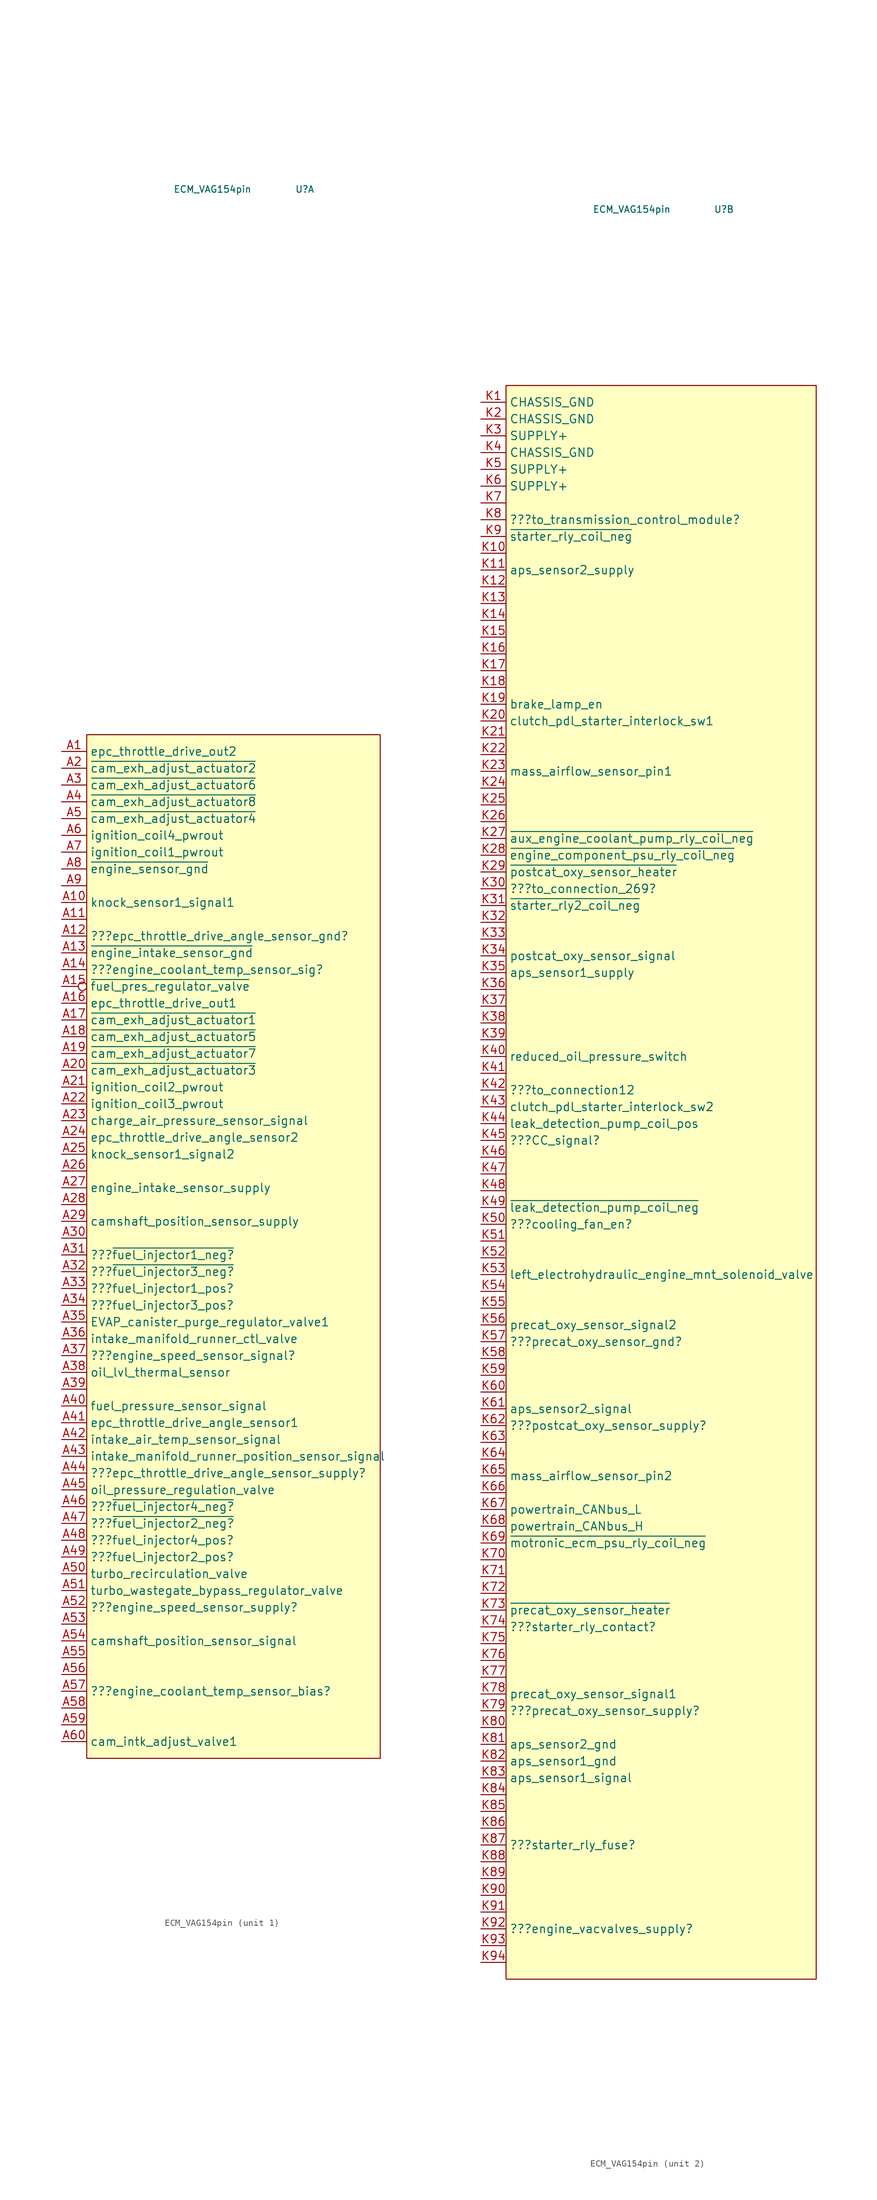
<source format=kicad_sym>
(kicad_symbol_lib
  (version 20231120)
  (generator "kicad_symbol_editor")
  (generator_version "8.0")
  (symbol "ECM_VAG154pin"
    (property "Reference" "U"
      (at 13.97 158.75 0)
      (effects (font (size 1 1))))
    (property "Value" "ECM_VAG154pin"
      (at 0 158.75 0)
      (effects (font (size 1 1))))
    (property "ki_locked" ""
      (at 0 0 0)
      (effects (font (size 1.27 1.27))))
    (symbol "ECM_VAG154pin_1_1"
      (rectangle (start -19.05 76.2) (end 25.4 -78.74) (stroke (width 0.152) (type default)) (fill (type background)))
      (pin power_out line (at -22.86 73.66 0) (length 3.81) (name "epc_throttle_drive_out2" (effects (font (size 1.27 1.27)))) (number "A1" (effects (font (size 1.27 1.27)))))
      (pin input line (at -22.86 50.8 0) (length 3.81) (name "knock_sensor1_signal1" (effects (font (size 1.27 1.27)))) (number "A10" (effects (font (size 1.27 1.27)))))
      (pin passive line (at -22.86 48.26 0) (length 3.81) (name "" (effects (font (size 1.27 1.27)))) (number "A11" (effects (font (size 1.27 1.27)))))
      (pin passive line (at -22.86 45.72 0) (length 3.81) (name "???epc_throttle_drive_angle_sensor_gnd?" (effects (font (size 1.27 1.27)))) (number "A12" (effects (font (size 1.27 1.27)))))
      (pin power_out line (at -22.86 43.18 0) (length 3.81) (name "~{engine_intake_sensor_gnd}" (effects (font (size 1.27 1.27)))) (number "A13" (effects (font (size 1.27 1.27)))))
      (pin input line (at -22.86 40.64 0) (length 3.81) (name "???engine_coolant_temp_sensor_sig?" (effects (font (size 1.27 1.27)))) (number "A14" (effects (font (size 1.27 1.27)))))
      (pin output inverted (at -22.86 38.1 0) (length 3.81) (name "~{fuel_pres_regulator_valve}" (effects (font (size 1.27 1.27)))) (number "A15" (effects (font (size 1.27 1.27)))))
      (pin power_out line (at -22.86 35.56 0) (length 3.81) (name "epc_throttle_drive_out1" (effects (font (size 1.27 1.27)))) (number "A16" (effects (font (size 1.27 1.27)))))
      (pin output line (at -22.86 33.02 0) (length 3.81) (name "~{cam_exh_adjust_actuator1}" (effects (font (size 1.27 1.27)))) (number "A17" (effects (font (size 1.27 1.27)))))
      (pin output line (at -22.86 30.48 0) (length 3.81) (name "~{cam_exh_adjust_actuator5}" (effects (font (size 1.27 1.27)))) (number "A18" (effects (font (size 1.27 1.27)))))
      (pin output line (at -22.86 27.94 0) (length 3.81) (name "~{cam_exh_adjust_actuator7}" (effects (font (size 1.27 1.27)))) (number "A19" (effects (font (size 1.27 1.27)))))
      (pin output line (at -22.86 71.12 0) (length 3.81) (name "~{cam_exh_adjust_actuator2}" (effects (font (size 1.27 1.27)))) (number "A2" (effects (font (size 1.27 1.27)))))
      (pin output line (at -22.86 25.4 0) (length 3.81) (name "~{cam_exh_adjust_actuator3}" (effects (font (size 1.27 1.27)))) (number "A20" (effects (font (size 1.27 1.27)))))
      (pin power_out line (at -22.86 22.86 0) (length 3.81) (name "ignition_coil2_pwrout" (effects (font (size 1.27 1.27)))) (number "A21" (effects (font (size 1.27 1.27)))))
      (pin power_out line (at -22.86 20.32 0) (length 3.81) (name "ignition_coil3_pwrout" (effects (font (size 1.27 1.27)))) (number "A22" (effects (font (size 1.27 1.27)))))
      (pin input line (at -22.86 17.78 0) (length 3.81) (name "charge_air_pressure_sensor_signal" (effects (font (size 1.27 1.27)))) (number "A23" (effects (font (size 1.27 1.27)))))
      (pin input line (at -22.86 15.24 0) (length 3.81) (name "epc_throttle_drive_angle_sensor2" (effects (font (size 1.27 1.27)))) (number "A24" (effects (font (size 1.27 1.27)))))
      (pin input line (at -22.86 12.7 0) (length 3.81) (name "knock_sensor1_signal2" (effects (font (size 1.27 1.27)))) (number "A25" (effects (font (size 1.27 1.27)))))
      (pin passive line (at -22.86 10.16 0) (length 3.81) (name "" (effects (font (size 1.27 1.27)))) (number "A26" (effects (font (size 1.27 1.27)))))
      (pin power_out line (at -22.86 7.62 0) (length 3.81) (name "engine_intake_sensor_supply" (effects (font (size 1.27 1.27)))) (number "A27" (effects (font (size 1.27 1.27)))))
      (pin passive line (at -22.86 5.08 0) (length 3.81) (name "" (effects (font (size 1.27 1.27)))) (number "A28" (effects (font (size 1.27 1.27)))))
      (pin input line (at -22.86 2.54 0) (length 3.81) (name "camshaft_position_sensor_supply" (effects (font (size 1.27 1.27)))) (number "A29" (effects (font (size 1.27 1.27)))))
      (pin output line (at -22.86 68.58 0) (length 3.81) (name "~{cam_exh_adjust_actuator6}" (effects (font (size 1.27 1.27)))) (number "A3" (effects (font (size 1.27 1.27)))))
      (pin passive line (at -22.86 0 0) (length 3.81) (name "" (effects (font (size 1.27 1.27)))) (number "A30" (effects (font (size 1.27 1.27)))))
      (pin output line (at -22.86 -2.54 0) (length 3.81) (name "???~{fuel_injector1_neg?}" (effects (font (size 1.27 1.27)))) (number "A31" (effects (font (size 1.27 1.27)))))
      (pin output line (at -22.86 -5.08 0) (length 3.81) (name "???~{fuel_injector3_neg?}" (effects (font (size 1.27 1.27)))) (number "A32" (effects (font (size 1.27 1.27)))))
      (pin output line (at -22.86 -7.62 0) (length 3.81) (name "???fuel_injector1_pos?" (effects (font (size 1.27 1.27)))) (number "A33" (effects (font (size 1.27 1.27)))))
      (pin output line (at -22.86 -10.16 0) (length 3.81) (name "???fuel_injector3_pos?" (effects (font (size 1.27 1.27)))) (number "A34" (effects (font (size 1.27 1.27)))))
      (pin output line (at -22.86 -12.7 0) (length 3.81) (name "EVAP_canister_purge_regulator_valve1" (effects (font (size 1.27 1.27)))) (number "A35" (effects (font (size 1.27 1.27)))))
      (pin output line (at -22.86 -15.24 0) (length 3.81) (name "intake_manifold_runner_ctl_valve" (effects (font (size 1.27 1.27)))) (number "A36" (effects (font (size 1.27 1.27)))))
      (pin input line (at -22.86 -17.78 0) (length 3.81) (name "???engine_speed_sensor_signal?" (effects (font (size 1.27 1.27)))) (number "A37" (effects (font (size 1.27 1.27)))))
      (pin input line (at -22.86 -20.32 0) (length 3.81) (name "oil_lvl_thermal_sensor" (effects (font (size 1.27 1.27)))) (number "A38" (effects (font (size 1.27 1.27)))))
      (pin passive line (at -22.86 -22.86 0) (length 3.81) (name "" (effects (font (size 1.27 1.27)))) (number "A39" (effects (font (size 1.27 1.27)))))
      (pin output line (at -22.86 66.04 0) (length 3.81) (name "~{cam_exh_adjust_actuator8}" (effects (font (size 1.27 1.27)))) (number "A4" (effects (font (size 1.27 1.27)))))
      (pin input line (at -22.86 -25.4 0) (length 3.81) (name "fuel_pressure_sensor_signal" (effects (font (size 1.27 1.27)))) (number "A40" (effects (font (size 1.27 1.27)))))
      (pin input line (at -22.86 -27.94 0) (length 3.81) (name "epc_throttle_drive_angle_sensor1" (effects (font (size 1.27 1.27)))) (number "A41" (effects (font (size 1.27 1.27)))))
      (pin input line (at -22.86 -30.48 0) (length 3.81) (name "intake_air_temp_sensor_signal" (effects (font (size 1.27 1.27)))) (number "A42" (effects (font (size 1.27 1.27)))))
      (pin input line (at -22.86 -33.02 0) (length 3.81) (name "intake_manifold_runner_position_sensor_signal" (effects (font (size 1.27 1.27)))) (number "A43" (effects (font (size 1.27 1.27)))))
      (pin passive line (at -22.86 -35.56 0) (length 3.81) (name "???epc_throttle_drive_angle_sensor_supply?" (effects (font (size 1.27 1.27)))) (number "A44" (effects (font (size 1.27 1.27)))))
      (pin input line (at -22.86 -38.1 0) (length 3.81) (name "oil_pressure_regulation_valve" (effects (font (size 1.27 1.27)))) (number "A45" (effects (font (size 1.27 1.27)))))
      (pin output line (at -22.86 -40.64 0) (length 3.81) (name "???~{fuel_injector4_neg?}" (effects (font (size 1.27 1.27)))) (number "A46" (effects (font (size 1.27 1.27)))))
      (pin output line (at -22.86 -43.18 0) (length 3.81) (name "???~{fuel_injector2_neg?}" (effects (font (size 1.27 1.27)))) (number "A47" (effects (font (size 1.27 1.27)))))
      (pin output line (at -22.86 -45.72 0) (length 3.81) (name "???fuel_injector4_pos?" (effects (font (size 1.27 1.27)))) (number "A48" (effects (font (size 1.27 1.27)))))
      (pin output line (at -22.86 -48.26 0) (length 3.81) (name "???fuel_injector2_pos?" (effects (font (size 1.27 1.27)))) (number "A49" (effects (font (size 1.27 1.27)))))
      (pin output line (at -22.86 63.5 0) (length 3.81) (name "~{cam_exh_adjust_actuator4}" (effects (font (size 1.27 1.27)))) (number "A5" (effects (font (size 1.27 1.27)))))
      (pin output line (at -22.86 -50.8 0) (length 3.81) (name "turbo_recirculation_valve" (effects (font (size 1.27 1.27)))) (number "A50" (effects (font (size 1.27 1.27)))))
      (pin output line (at -22.86 -53.34 0) (length 3.81) (name "turbo_wastegate_bypass_regulator_valve" (effects (font (size 1.27 1.27)))) (number "A51" (effects (font (size 1.27 1.27)))))
      (pin power_out line (at -22.86 -55.88 0) (length 3.81) (name "???engine_speed_sensor_supply?" (effects (font (size 1.27 1.27)))) (number "A52" (effects (font (size 1.27 1.27)))))
      (pin passive line (at -22.86 -58.42 0) (length 3.81) (name "" (effects (font (size 1.27 1.27)))) (number "A53" (effects (font (size 1.27 1.27)))))
      (pin input line (at -22.86 -60.96 0) (length 3.81) (name "camshaft_position_sensor_signal" (effects (font (size 1.27 1.27)))) (number "A54" (effects (font (size 1.27 1.27)))))
      (pin passive line (at -22.86 -63.5 0) (length 3.81) (name "" (effects (font (size 1.27 1.27)))) (number "A55" (effects (font (size 1.27 1.27)))))
      (pin passive line (at -22.86 -66.04 0) (length 3.81) (name "" (effects (font (size 1.27 1.27)))) (number "A56" (effects (font (size 1.27 1.27)))))
      (pin output line (at -22.86 -68.58 0) (length 3.81) (name "???engine_coolant_temp_sensor_bias?" (effects (font (size 1.27 1.27)))) (number "A57" (effects (font (size 1.27 1.27)))))
      (pin passive line (at -22.86 -71.12 0) (length 3.81) (name "" (effects (font (size 1.27 1.27)))) (number "A58" (effects (font (size 1.27 1.27)))))
      (pin passive line (at -22.86 -73.66 0) (length 3.81) (name "" (effects (font (size 1.27 1.27)))) (number "A59" (effects (font (size 1.27 1.27)))))
      (pin power_out line (at -22.86 60.96 0) (length 3.81) (name "ignition_coil4_pwrout" (effects (font (size 1.27 1.27)))) (number "A6" (effects (font (size 1.27 1.27)))))
      (pin output line (at -22.86 -76.2 0) (length 3.81) (name "cam_intk_adjust_valve1" (effects (font (size 1.27 1.27)))) (number "A60" (effects (font (size 1.27 1.27)))))
      (pin power_out line (at -22.86 58.42 0) (length 3.81) (name "ignition_coil1_pwrout" (effects (font (size 1.27 1.27)))) (number "A7" (effects (font (size 1.27 1.27)))))
      (pin power_out line (at -22.86 55.88 0) (length 3.81) (name "~{engine_sensor_gnd}" (effects (font (size 1.27 1.27)))) (number "A8" (effects (font (size 1.27 1.27)))))
      (pin passive line (at -22.86 53.34 0) (length 3.81) (name "" (effects (font (size 1.27 1.27)))) (number "A9" (effects (font (size 1.27 1.27))))))
    (symbol "ECM_VAG154pin_2_1"
      (rectangle (start -19.05 132.08) (end 27.94 -109.22) (stroke (width 0.152) (type default)) (fill (type background)))
      (pin power_in line (at -22.86 129.54 0) (length 3.81) (name "CHASSIS_GND" (effects (font (size 1.27 1.27)))) (number "K1" (effects (font (size 1.27 1.27)))))
      (pin passive line (at -22.86 106.68 0) (length 3.81) (name "" (effects (font (size 1.27 1.27)))) (number "K10" (effects (font (size 1.27 1.27)))))
      (pin power_out line (at -22.86 104.14 0) (length 3.81) (name "aps_sensor2_supply" (effects (font (size 1.27 1.27)))) (number "K11" (effects (font (size 1.27 1.27)))))
      (pin passive line (at -22.86 101.6 0) (length 3.81) (name "" (effects (font (size 1.27 1.27)))) (number "K12" (effects (font (size 1.27 1.27)))))
      (pin passive line (at -22.86 99.06 0) (length 3.81) (name "" (effects (font (size 1.27 1.27)))) (number "K13" (effects (font (size 1.27 1.27)))))
      (pin passive line (at -22.86 96.52 0) (length 3.81) (name "" (effects (font (size 1.27 1.27)))) (number "K14" (effects (font (size 1.27 1.27)))))
      (pin passive line (at -22.86 93.98 0) (length 3.81) (name "" (effects (font (size 1.27 1.27)))) (number "K15" (effects (font (size 1.27 1.27)))))
      (pin passive line (at -22.86 91.44 0) (length 3.81) (name "" (effects (font (size 1.27 1.27)))) (number "K16" (effects (font (size 1.27 1.27)))))
      (pin passive line (at -22.86 88.9 0) (length 3.81) (name "" (effects (font (size 1.27 1.27)))) (number "K17" (effects (font (size 1.27 1.27)))))
      (pin passive line (at -22.86 86.36 0) (length 3.81) (name "" (effects (font (size 1.27 1.27)))) (number "K18" (effects (font (size 1.27 1.27)))))
      (pin output line (at -22.86 83.82 0) (length 3.81) (name "brake_lamp_en" (effects (font (size 1.27 1.27)))) (number "K19" (effects (font (size 1.27 1.27)))))
      (pin passive line (at -22.86 127 0) (length 3.81) (name "CHASSIS_GND" (effects (font (size 1.27 1.27)))) (number "K2" (effects (font (size 1.27 1.27)))))
      (pin passive line (at -22.86 81.28 0) (length 3.81) (name "clutch_pdl_starter_interlock_sw1" (effects (font (size 1.27 1.27)))) (number "K20" (effects (font (size 1.27 1.27)))))
      (pin passive line (at -22.86 78.74 0) (length 3.81) (name "" (effects (font (size 1.27 1.27)))) (number "K21" (effects (font (size 1.27 1.27)))))
      (pin passive line (at -22.86 76.2 0) (length 3.81) (name "" (effects (font (size 1.27 1.27)))) (number "K22" (effects (font (size 1.27 1.27)))))
      (pin passive line (at -22.86 73.66 0) (length 3.81) (name "mass_airflow_sensor_pin1" (effects (font (size 1.27 1.27)))) (number "K23" (effects (font (size 1.27 1.27)))))
      (pin passive line (at -22.86 71.12 0) (length 3.81) (name "" (effects (font (size 1.27 1.27)))) (number "K24" (effects (font (size 1.27 1.27)))))
      (pin passive line (at -22.86 68.58 0) (length 3.81) (name "" (effects (font (size 1.27 1.27)))) (number "K25" (effects (font (size 1.27 1.27)))))
      (pin passive line (at -22.86 66.04 0) (length 3.81) (name "" (effects (font (size 1.27 1.27)))) (number "K26" (effects (font (size 1.27 1.27)))))
      (pin power_out line (at -22.86 63.5 0) (length 3.81) (name "~{aux_engine_coolant_pump_rly_coil_neg}" (effects (font (size 1.27 1.27)))) (number "K27" (effects (font (size 1.27 1.27)))))
      (pin power_out line (at -22.86 60.96 0) (length 3.81) (name "~{engine_component_psu_rly_coil_neg}" (effects (font (size 1.27 1.27)))) (number "K28" (effects (font (size 1.27 1.27)))))
      (pin power_out line (at -22.86 58.42 0) (length 3.81) (name "~{postcat_oxy_sensor_heater}" (effects (font (size 1.27 1.27)))) (number "K29" (effects (font (size 1.27 1.27)))))
      (pin power_in line (at -22.86 124.46 0) (length 3.81) (name "SUPPLY+" (effects (font (size 1.27 1.27)))) (number "K3" (effects (font (size 1.27 1.27)))))
      (pin passive line (at -22.86 55.88 0) (length 3.81) (name "???to_connection_269?" (effects (font (size 1.27 1.27)))) (number "K30" (effects (font (size 1.27 1.27)))))
      (pin power_out line (at -22.86 53.34 0) (length 3.81) (name "~{starter_rly2_coil_neg}" (effects (font (size 1.27 1.27)))) (number "K31" (effects (font (size 1.27 1.27)))))
      (pin passive line (at -22.86 50.8 0) (length 3.81) (name "" (effects (font (size 1.27 1.27)))) (number "K32" (effects (font (size 1.27 1.27)))))
      (pin passive line (at -22.86 48.26 0) (length 3.81) (name "" (effects (font (size 1.27 1.27)))) (number "K33" (effects (font (size 1.27 1.27)))))
      (pin input line (at -22.86 45.72 0) (length 3.81) (name "postcat_oxy_sensor_signal" (effects (font (size 1.27 1.27)))) (number "K34" (effects (font (size 1.27 1.27)))))
      (pin power_out line (at -22.86 43.18 0) (length 3.81) (name "aps_sensor1_supply" (effects (font (size 1.27 1.27)))) (number "K35" (effects (font (size 1.27 1.27)))))
      (pin passive line (at -22.86 40.64 0) (length 3.81) (name "" (effects (font (size 1.27 1.27)))) (number "K36" (effects (font (size 1.27 1.27)))))
      (pin passive line (at -22.86 38.1 0) (length 3.81) (name "" (effects (font (size 1.27 1.27)))) (number "K37" (effects (font (size 1.27 1.27)))))
      (pin passive line (at -22.86 35.56 0) (length 3.81) (name "" (effects (font (size 1.27 1.27)))) (number "K38" (effects (font (size 1.27 1.27)))))
      (pin passive line (at -22.86 33.02 0) (length 3.81) (name "" (effects (font (size 1.27 1.27)))) (number "K39" (effects (font (size 1.27 1.27)))))
      (pin passive line (at -22.86 121.92 0) (length 3.81) (name "CHASSIS_GND" (effects (font (size 1.27 1.27)))) (number "K4" (effects (font (size 1.27 1.27)))))
      (pin input line (at -22.86 30.48 0) (length 3.81) (name "reduced_oil_pressure_switch" (effects (font (size 1.27 1.27)))) (number "K40" (effects (font (size 1.27 1.27)))))
      (pin passive line (at -22.86 27.94 0) (length 3.81) (name "" (effects (font (size 1.27 1.27)))) (number "K41" (effects (font (size 1.27 1.27)))))
      (pin passive line (at -22.86 25.4 0) (length 3.81) (name "???to_connection12" (effects (font (size 1.27 1.27)))) (number "K42" (effects (font (size 1.27 1.27)))))
      (pin passive line (at -22.86 22.86 0) (length 3.81) (name "clutch_pdl_starter_interlock_sw2" (effects (font (size 1.27 1.27)))) (number "K43" (effects (font (size 1.27 1.27)))))
      (pin input line (at -22.86 20.32 0) (length 3.81) (name "leak_detection_pump_coil_pos" (effects (font (size 1.27 1.27)))) (number "K44" (effects (font (size 1.27 1.27)))))
      (pin passive line (at -22.86 17.78 0) (length 3.81) (name "???CC_signal?" (effects (font (size 1.27 1.27)))) (number "K45" (effects (font (size 1.27 1.27)))))
      (pin passive line (at -22.86 15.24 0) (length 3.81) (name "" (effects (font (size 1.27 1.27)))) (number "K46" (effects (font (size 1.27 1.27)))))
      (pin passive line (at -22.86 12.7 0) (length 3.81) (name "" (effects (font (size 1.27 1.27)))) (number "K47" (effects (font (size 1.27 1.27)))))
      (pin passive line (at -22.86 10.16 0) (length 3.81) (name "" (effects (font (size 1.27 1.27)))) (number "K48" (effects (font (size 1.27 1.27)))))
      (pin power_out line (at -22.86 7.62 0) (length 3.81) (name "~{leak_detection_pump_coil_neg}" (effects (font (size 1.27 1.27)))) (number "K49" (effects (font (size 1.27 1.27)))))
      (pin power_in line (at -22.86 119.38 0) (length 3.81) (name "SUPPLY+" (effects (font (size 1.27 1.27)))) (number "K5" (effects (font (size 1.27 1.27)))))
      (pin passive line (at -22.86 5.08 0) (length 3.81) (name "???cooling_fan_en?" (effects (font (size 1.27 1.27)))) (number "K50" (effects (font (size 1.27 1.27)))))
      (pin passive line (at -22.86 2.54 0) (length 3.81) (name "" (effects (font (size 1.27 1.27)))) (number "K51" (effects (font (size 1.27 1.27)))))
      (pin passive line (at -22.86 0 0) (length 3.81) (name "" (effects (font (size 1.27 1.27)))) (number "K52" (effects (font (size 1.27 1.27)))))
      (pin output line (at -22.86 -2.54 0) (length 3.81) (name "left_electrohydraulic_engine_mnt_solenoid_valve" (effects (font (size 1.27 1.27)))) (number "K53" (effects (font (size 1.27 1.27)))))
      (pin passive line (at -22.86 -5.08 0) (length 3.81) (name "" (effects (font (size 1.27 1.27)))) (number "K54" (effects (font (size 1.27 1.27)))))
      (pin passive line (at -22.86 -7.62 0) (length 3.81) (name "" (effects (font (size 1.27 1.27)))) (number "K55" (effects (font (size 1.27 1.27)))))
      (pin input line (at -22.86 -10.16 0) (length 3.81) (name "precat_oxy_sensor_signal2" (effects (font (size 1.27 1.27)))) (number "K56" (effects (font (size 1.27 1.27)))))
      (pin passive line (at -22.86 -12.7 0) (length 3.81) (name "???precat_oxy_sensor_gnd?" (effects (font (size 1.27 1.27)))) (number "K57" (effects (font (size 1.27 1.27)))))
      (pin passive line (at -22.86 -15.24 0) (length 3.81) (name "" (effects (font (size 1.27 1.27)))) (number "K58" (effects (font (size 1.27 1.27)))))
      (pin passive line (at -22.86 -17.78 0) (length 3.81) (name "" (effects (font (size 1.27 1.27)))) (number "K59" (effects (font (size 1.27 1.27)))))
      (pin power_in line (at -22.86 116.84 0) (length 3.81) (name "SUPPLY+" (effects (font (size 1.27 1.27)))) (number "K6" (effects (font (size 1.27 1.27)))))
      (pin passive line (at -22.86 -20.32 0) (length 3.81) (name "" (effects (font (size 1.27 1.27)))) (number "K60" (effects (font (size 1.27 1.27)))))
      (pin input line (at -22.86 -22.86 0) (length 3.81) (name "aps_sensor2_signal" (effects (font (size 1.27 1.27)))) (number "K61" (effects (font (size 1.27 1.27)))))
      (pin passive line (at -22.86 -25.4 0) (length 3.81) (name "???postcat_oxy_sensor_supply?" (effects (font (size 1.27 1.27)))) (number "K62" (effects (font (size 1.27 1.27)))))
      (pin passive line (at -22.86 -27.94 0) (length 3.81) (name "" (effects (font (size 1.27 1.27)))) (number "K63" (effects (font (size 1.27 1.27)))))
      (pin passive line (at -22.86 -30.48 0) (length 3.81) (name "" (effects (font (size 1.27 1.27)))) (number "K64" (effects (font (size 1.27 1.27)))))
      (pin passive line (at -22.86 -33.02 0) (length 3.81) (name "mass_airflow_sensor_pin2" (effects (font (size 1.27 1.27)))) (number "K65" (effects (font (size 1.27 1.27)))))
      (pin passive line (at -22.86 -35.56 0) (length 3.81) (name "" (effects (font (size 1.27 1.27)))) (number "K66" (effects (font (size 1.27 1.27)))))
      (pin bidirectional line (at -22.86 -38.1 0) (length 3.81) (name "powertrain_CANbus_L" (effects (font (size 1.27 1.27)))) (number "K67" (effects (font (size 1.27 1.27)))))
      (pin bidirectional line (at -22.86 -40.64 0) (length 3.81) (name "powertrain_CANbus_H" (effects (font (size 1.27 1.27)))) (number "K68" (effects (font (size 1.27 1.27)))))
      (pin power_out line (at -22.86 -43.18 0) (length 3.81) (name "~{motronic_ecm_psu_rly_coil_neg}" (effects (font (size 1.27 1.27)))) (number "K69" (effects (font (size 1.27 1.27)))))
      (pin passive line (at -22.86 114.3 0) (length 3.81) (name "" (effects (font (size 1.27 1.27)))) (number "K7" (effects (font (size 1.27 1.27)))))
      (pin passive line (at -22.86 -45.72 0) (length 3.81) (name "" (effects (font (size 1.27 1.27)))) (number "K70" (effects (font (size 1.27 1.27)))))
      (pin passive line (at -22.86 -48.26 0) (length 3.81) (name "" (effects (font (size 1.27 1.27)))) (number "K71" (effects (font (size 1.27 1.27)))))
      (pin passive line (at -22.86 -50.8 0) (length 3.81) (name "" (effects (font (size 1.27 1.27)))) (number "K72" (effects (font (size 1.27 1.27)))))
      (pin power_out line (at -22.86 -53.34 0) (length 3.81) (name "~{precat_oxy_sensor_heater}" (effects (font (size 1.27 1.27)))) (number "K73" (effects (font (size 1.27 1.27)))))
      (pin power_out line (at -22.86 -55.88 0) (length 3.81) (name "???starter_rly_contact?" (effects (font (size 1.27 1.27)))) (number "K74" (effects (font (size 1.27 1.27)))))
      (pin passive line (at -22.86 -58.42 0) (length 3.81) (name "" (effects (font (size 1.27 1.27)))) (number "K75" (effects (font (size 1.27 1.27)))))
      (pin passive line (at -22.86 -60.96 0) (length 3.81) (name "" (effects (font (size 1.27 1.27)))) (number "K76" (effects (font (size 1.27 1.27)))))
      (pin passive line (at -22.86 -63.5 0) (length 3.81) (name "" (effects (font (size 1.27 1.27)))) (number "K77" (effects (font (size 1.27 1.27)))))
      (pin input line (at -22.86 -66.04 0) (length 3.81) (name "precat_oxy_sensor_signal1" (effects (font (size 1.27 1.27)))) (number "K78" (effects (font (size 1.27 1.27)))))
      (pin passive line (at -22.86 -68.58 0) (length 3.81) (name "???precat_oxy_sensor_supply?" (effects (font (size 1.27 1.27)))) (number "K79" (effects (font (size 1.27 1.27)))))
      (pin passive line (at -22.86 111.76 0) (length 3.81) (name "???to_transmission_control_module?" (effects (font (size 1.27 1.27)))) (number "K8" (effects (font (size 1.27 1.27)))))
      (pin passive line (at -22.86 -71.12 0) (length 3.81) (name "" (effects (font (size 1.27 1.27)))) (number "K80" (effects (font (size 1.27 1.27)))))
      (pin power_out line (at -22.86 -73.66 0) (length 3.81) (name "aps_sensor2_gnd" (effects (font (size 1.27 1.27)))) (number "K81" (effects (font (size 1.27 1.27)))))
      (pin power_out line (at -22.86 -76.2 0) (length 3.81) (name "aps_sensor1_gnd" (effects (font (size 1.27 1.27)))) (number "K82" (effects (font (size 1.27 1.27)))))
      (pin input line (at -22.86 -78.74 0) (length 3.81) (name "aps_sensor1_signal" (effects (font (size 1.27 1.27)))) (number "K83" (effects (font (size 1.27 1.27)))))
      (pin passive line (at -22.86 -81.28 0) (length 3.81) (name "" (effects (font (size 1.27 1.27)))) (number "K84" (effects (font (size 1.27 1.27)))))
      (pin passive line (at -22.86 -83.82 0) (length 3.81) (name "" (effects (font (size 1.27 1.27)))) (number "K85" (effects (font (size 1.27 1.27)))))
      (pin passive line (at -22.86 -86.36 0) (length 3.81) (name "" (effects (font (size 1.27 1.27)))) (number "K86" (effects (font (size 1.27 1.27)))))
      (pin power_in line (at -22.86 -88.9 0) (length 3.81) (name "???starter_rly_fuse?" (effects (font (size 1.27 1.27)))) (number "K87" (effects (font (size 1.27 1.27)))))
      (pin passive line (at -22.86 -91.44 0) (length 3.81) (name "" (effects (font (size 1.27 1.27)))) (number "K88" (effects (font (size 1.27 1.27)))))
      (pin passive line (at -22.86 -93.98 0) (length 3.81) (name "" (effects (font (size 1.27 1.27)))) (number "K89" (effects (font (size 1.27 1.27)))))
      (pin power_out line (at -22.86 109.22 0) (length 3.81) (name "~{starter_rly_coil_neg}" (effects (font (size 1.27 1.27)))) (number "K9" (effects (font (size 1.27 1.27)))))
      (pin passive line (at -22.86 -96.52 0) (length 3.81) (name "" (effects (font (size 1.27 1.27)))) (number "K90" (effects (font (size 1.27 1.27)))))
      (pin passive line (at -22.86 -99.06 0) (length 3.81) (name "" (effects (font (size 1.27 1.27)))) (number "K91" (effects (font (size 1.27 1.27)))))
      (pin power_in line (at -22.86 -101.6 0) (length 3.81) (name "???engine_vacvalves_supply?" (effects (font (size 1.27 1.27)))) (number "K92" (effects (font (size 1.27 1.27)))))
      (pin passive line (at -22.86 -104.14 0) (length 3.81) (name "" (effects (font (size 1.27 1.27)))) (number "K93" (effects (font (size 1.27 1.27)))))
      (pin passive line (at -22.86 -106.68 0) (length 3.81) (name "" (effects (font (size 1.27 1.27)))) (number "K94" (effects (font (size 1.27 1.27))))))))
</source>
